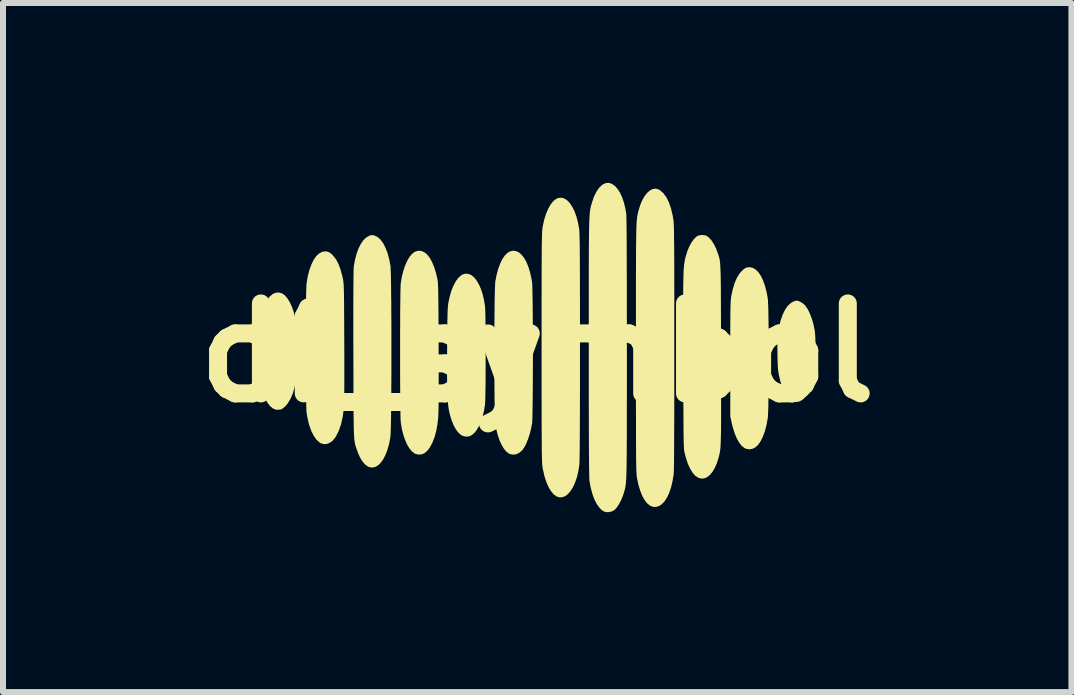
<source format=kicad_pcb>
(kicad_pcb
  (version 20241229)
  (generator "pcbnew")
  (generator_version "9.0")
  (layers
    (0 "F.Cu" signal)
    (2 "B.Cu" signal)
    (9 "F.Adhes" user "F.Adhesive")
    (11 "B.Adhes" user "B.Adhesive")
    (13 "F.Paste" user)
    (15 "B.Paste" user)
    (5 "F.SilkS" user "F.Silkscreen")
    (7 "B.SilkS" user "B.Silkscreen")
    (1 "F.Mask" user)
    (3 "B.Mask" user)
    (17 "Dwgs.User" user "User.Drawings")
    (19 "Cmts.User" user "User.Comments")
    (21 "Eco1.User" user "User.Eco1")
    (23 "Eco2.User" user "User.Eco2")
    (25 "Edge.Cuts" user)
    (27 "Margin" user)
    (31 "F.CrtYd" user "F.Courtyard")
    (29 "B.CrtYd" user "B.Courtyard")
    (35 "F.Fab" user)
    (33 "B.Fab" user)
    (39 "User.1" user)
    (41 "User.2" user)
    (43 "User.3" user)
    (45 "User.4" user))
  (footprint "df_symbol"
    (layer "F.Cu")
    (at 5.907 2.831)
    (property "Reference" "df_symbol" (at 0 0 0) (layer "F.SilkS") (effects (font (size 1.5 1.5) (thickness 0.3))))
    (attr board_only exclude_from_pos_files exclude_from_bom)
    (fp_poly (pts (xy 4.356 -0.863) (xy 4.393 -0.845) (xy 4.431 -0.821) (xy 4.464 -0.792) (xy 4.474 -0.78) (xy 4.512 -0.723) (xy 4.547 -0.65) (xy 4.579 -0.566) (xy 4.606 -0.474) (xy 4.626 -0.377) (xy 4.63 -0.347) (xy 4.634 -0.305) (xy 4.637 -0.248) (xy 4.639 -0.18) (xy 4.64 -0.103) (xy 4.64 -0.021) (xy 4.64 0.06) (xy 4.638 0.139) (xy 4.635 0.211) (xy 4.632 0.272) (xy 4.627 0.319) (xy 4.625 0.332) (xy 4.604 0.44) (xy 4.575 0.537) (xy 4.542 0.622) (xy 4.503 0.693) (xy 4.46 0.75) (xy 4.414 0.791) (xy 4.365 0.815) (xy 4.326 0.821) (xy 4.297 0.816) (xy 4.263 0.805) (xy 4.252 0.8) (xy 4.205 0.767) (xy 4.161 0.716) (xy 4.121 0.65) (xy 4.085 0.571) (xy 4.054 0.479) (xy 4.031 0.378) (xy 4.021 0.32) (xy 4.015 0.273) (xy 4.011 0.211) (xy 4.008 0.137) (xy 4.006 0.057) (xy 4.005 -0.027) (xy 4.005 -0.11) (xy 4.007 -0.188) (xy 4.009 -0.256) (xy 4.013 -0.312) (xy 4.016 -0.338) (xy 4.035 -0.448) (xy 4.062 -0.549) (xy 4.095 -0.64) (xy 4.132 -0.716) (xy 4.174 -0.777) (xy 4.183 -0.787) (xy 4.224 -0.825) (xy 4.268 -0.852) (xy 4.31 -0.867) (xy 4.326 -0.869)) (stroke (width 0) (type solid)) (fill yes) (layer "F.SilkS"))
    (fp_poly (pts (xy -4.263 -0.993) (xy -4.25 -0.987) (xy -4.206 -0.955) (xy -4.164 -0.905) (xy -4.125 -0.841) (xy -4.089 -0.764) (xy -4.059 -0.675) (xy -4.034 -0.579) (xy -4.017 -0.476) (xy -4.015 -0.467) (xy -4.012 -0.428) (xy -4.009 -0.372) (xy -4.007 -0.304) (xy -4.006 -0.226) (xy -4.005 -0.14) (xy -4.005 -0.05) (xy -4.005 0.041) (xy -4.007 0.13) (xy -4.008 0.214) (xy -4.01 0.291) (xy -4.013 0.357) (xy -4.016 0.41) (xy -4.02 0.445) (xy -4.045 0.573) (xy -4.077 0.685) (xy -4.118 0.778) (xy -4.166 0.854) (xy -4.204 0.897) (xy -4.242 0.929) (xy -4.271 0.945) (xy -4.282 0.948) (xy -4.307 0.949) (xy -4.32 0.951) (xy -4.338 0.952) (xy -4.363 0.948) (xy -4.41 0.927) (xy -4.455 0.889) (xy -4.497 0.834) (xy -4.536 0.765) (xy -4.57 0.683) (xy -4.599 0.589) (xy -4.622 0.487) (xy -4.63 0.435) (xy -4.633 0.401) (xy -4.636 0.351) (xy -4.638 0.287) (xy -4.639 0.212) (xy -4.64 0.13) (xy -4.641 0.042) (xy -4.641 -0.049) (xy -4.64 -0.139) (xy -4.639 -0.226) (xy -4.637 -0.307) (xy -4.635 -0.379) (xy -4.632 -0.44) (xy -4.629 -0.486) (xy -4.626 -0.513) (xy -4.603 -0.624) (xy -4.575 -0.723) (xy -4.541 -0.808) (xy -4.502 -0.879) (xy -4.46 -0.936) (xy -4.414 -0.976) (xy -4.365 -0.999) (xy -4.315 -1.005)) (stroke (width 0) (type solid)) (fill yes) (layer "F.SilkS"))
    (fp_poly (pts (xy 3.59 -1.417) (xy 3.64 -1.389) (xy 3.687 -1.343) (xy 3.73 -1.28) (xy 3.767 -1.202) (xy 3.8 -1.108) (xy 3.827 -1) (xy 3.844 -0.904) (xy 3.847 -0.875) (xy 3.849 -0.828) (xy 3.852 -0.766) (xy 3.854 -0.689) (xy 3.855 -0.6) (xy 3.857 -0.5) (xy 3.858 -0.391) (xy 3.859 -0.276) (xy 3.86 -0.155) (xy 3.86 -0.03) (xy 3.86 0.096) (xy 3.86 0.222) (xy 3.86 0.346) (xy 3.859 0.467) (xy 3.858 0.582) (xy 3.857 0.69) (xy 3.855 0.789) (xy 3.854 0.878) (xy 3.852 0.953) (xy 3.849 1.015) (xy 3.847 1.06) (xy 3.845 1.084) (xy 3.824 1.199) (xy 3.797 1.305) (xy 3.763 1.399) (xy 3.723 1.479) (xy 3.683 1.536) (xy 3.637 1.578) (xy 3.587 1.603) (xy 3.534 1.611) (xy 3.481 1.601) (xy 3.453 1.588) (xy 3.408 1.551) (xy 3.366 1.497) (xy 3.326 1.426) (xy 3.291 1.341) (xy 3.261 1.244) (xy 3.244 1.177) (xy 3.219 1.06) (xy 3.219 0.103) (xy 3.219 -0.057) (xy 3.219 -0.198) (xy 3.219 -0.322) (xy 3.219 -0.43) (xy 3.22 -0.524) (xy 3.22 -0.605) (xy 3.221 -0.673) (xy 3.222 -0.731) (xy 3.223 -0.779) (xy 3.224 -0.819) (xy 3.226 -0.852) (xy 3.228 -0.879) (xy 3.23 -0.901) (xy 3.232 -0.921) (xy 3.235 -0.938) (xy 3.236 -0.948) (xy 3.262 -1.064) (xy 3.292 -1.162) (xy 3.327 -1.245) (xy 3.368 -1.313) (xy 3.397 -1.348) (xy 3.436 -1.387) (xy 3.471 -1.412) (xy 3.506 -1.424) (xy 3.536 -1.426)) (stroke (width 0) (type solid)) (fill yes) (layer "F.SilkS"))
    (fp_poly (pts (xy -1.145 -1.314) (xy -1.097 -1.293) (xy -1.051 -1.255) (xy -1.009 -1.202) (xy -0.97 -1.135) (xy -0.935 -1.054) (xy -0.906 -0.962) (xy -0.883 -0.859) (xy -0.87 -0.772) (xy -0.868 -0.745) (xy -0.866 -0.701) (xy -0.864 -0.641) (xy -0.863 -0.567) (xy -0.862 -0.482) (xy -0.861 -0.387) (xy -0.86 -0.284) (xy -0.86 -0.176) (xy -0.86 -0.063) (xy -0.86 0.051) (xy -0.86 0.165) (xy -0.86 0.277) (xy -0.861 0.386) (xy -0.861 0.488) (xy -0.862 0.582) (xy -0.864 0.667) (xy -0.865 0.739) (xy -0.867 0.798) (xy -0.869 0.841) (xy -0.87 0.865) (xy -0.887 0.967) (xy -0.911 1.065) (xy -0.941 1.154) (xy -0.976 1.233) (xy -1.015 1.297) (xy -1.038 1.326) (xy -1.082 1.367) (xy -1.124 1.391) (xy -1.169 1.399) (xy -1.22 1.394) (xy -1.266 1.375) (xy -1.31 1.338) (xy -1.352 1.284) (xy -1.391 1.215) (xy -1.426 1.131) (xy -1.455 1.035) (xy -1.457 1.027) (xy -1.466 0.988) (xy -1.474 0.947) (xy -1.481 0.902) (xy -1.487 0.852) (xy -1.491 0.795) (xy -1.495 0.731) (xy -1.498 0.657) (xy -1.501 0.572) (xy -1.502 0.476) (xy -1.503 0.365) (xy -1.503 0.24) (xy -1.503 0.098) (xy -1.502 -0.061) (xy -1.502 -0.103) (xy -1.501 -0.234) (xy -1.5 -0.348) (xy -1.499 -0.445) (xy -1.498 -0.528) (xy -1.496 -0.597) (xy -1.495 -0.654) (xy -1.493 -0.702) (xy -1.491 -0.741) (xy -1.489 -0.773) (xy -1.486 -0.8) (xy -1.483 -0.823) (xy -1.48 -0.84) (xy -1.456 -0.949) (xy -1.426 -1.047) (xy -1.39 -1.132) (xy -1.35 -1.203) (xy -1.306 -1.258) (xy -1.259 -1.296) (xy -1.245 -1.304) (xy -1.195 -1.318)) (stroke (width 0) (type solid)) (fill yes) (layer "F.SilkS"))
    (fp_poly (pts (xy -3.498 -1.686) (xy -3.463 -1.671) (xy -3.427 -1.644) (xy -3.397 -1.612) (xy -3.352 -1.553) (xy -3.314 -1.48) (xy -3.281 -1.393) (xy -3.252 -1.288) (xy -3.237 -1.221) (xy -3.235 -1.206) (xy -3.232 -1.188) (xy -3.23 -1.167) (xy -3.228 -1.141) (xy -3.226 -1.109) (xy -3.225 -1.07) (xy -3.223 -1.023) (xy -3.222 -0.966) (xy -3.221 -0.898) (xy -3.22 -0.819) (xy -3.22 -0.726) (xy -3.219 -0.618) (xy -3.218 -0.495) (xy -3.218 -0.355) (xy -3.217 -0.197) (xy -3.217 -0.166) (xy -3.216 0.031) (xy -3.216 0.21) (xy -3.216 0.368) (xy -3.216 0.508) (xy -3.217 0.627) (xy -3.218 0.728) (xy -3.219 0.808) (xy -3.221 0.87) (xy -3.223 0.911) (xy -3.223 0.922) (xy -3.242 1.064) (xy -3.27 1.191) (xy -3.308 1.301) (xy -3.356 1.395) (xy -3.367 1.414) (xy -3.41 1.466) (xy -3.458 1.502) (xy -3.508 1.522) (xy -3.559 1.524) (xy -3.608 1.51) (xy -3.63 1.496) (xy -3.682 1.448) (xy -3.728 1.382) (xy -3.769 1.299) (xy -3.803 1.202) (xy -3.83 1.09) (xy -3.844 1.006) (xy -3.847 0.977) (xy -3.849 0.931) (xy -3.851 0.868) (xy -3.853 0.79) (xy -3.855 0.7) (xy -3.856 0.599) (xy -3.857 0.489) (xy -3.858 0.371) (xy -3.859 0.247) (xy -3.86 0.118) (xy -3.86 -0.013) (xy -3.86 -0.144) (xy -3.86 -0.275) (xy -3.859 -0.403) (xy -3.859 -0.527) (xy -3.858 -0.646) (xy -3.857 -0.756) (xy -3.855 -0.857) (xy -3.853 -0.947) (xy -3.852 -1.025) (xy -3.849 -1.088) (xy -3.847 -1.134) (xy -3.844 -1.163) (xy -3.825 -1.278) (xy -3.798 -1.381) (xy -3.765 -1.471) (xy -3.728 -1.548) (xy -3.685 -1.609) (xy -3.638 -1.653) (xy -3.588 -1.681) (xy -3.536 -1.69)) (stroke (width 0) (type solid)) (fill yes) (layer "F.SilkS"))
    (fp_poly (pts (xy -0.361 -1.697) (xy -0.311 -1.676) (xy -0.264 -1.638) (xy -0.221 -1.584) (xy -0.181 -1.514) (xy -0.146 -1.43) (xy -0.117 -1.332) (xy -0.093 -1.221) (xy -0.086 -1.182) (xy -0.084 -1.158) (xy -0.082 -1.116) (xy -0.08 -1.058) (xy -0.079 -0.984) (xy -0.077 -0.898) (xy -0.076 -0.8) (xy -0.075 -0.692) (xy -0.074 -0.575) (xy -0.073 -0.451) (xy -0.073 -0.322) (xy -0.072 -0.189) (xy -0.072 -0.054) (xy -0.072 0.081) (xy -0.072 0.216) (xy -0.073 0.348) (xy -0.073 0.476) (xy -0.074 0.599) (xy -0.075 0.714) (xy -0.076 0.82) (xy -0.077 0.916) (xy -0.079 1) (xy -0.08 1.07) (xy -0.082 1.126) (xy -0.084 1.164) (xy -0.086 1.182) (xy -0.103 1.271) (xy -0.126 1.359) (xy -0.153 1.441) (xy -0.183 1.515) (xy -0.214 1.576) (xy -0.247 1.622) (xy -0.248 1.624) (xy -0.297 1.667) (xy -0.349 1.693) (xy -0.403 1.7) (xy -0.455 1.689) (xy -0.467 1.684) (xy -0.512 1.652) (xy -0.554 1.602) (xy -0.593 1.537) (xy -0.629 1.459) (xy -0.659 1.368) (xy -0.684 1.268) (xy -0.698 1.189) (xy -0.701 1.16) (xy -0.703 1.114) (xy -0.705 1.051) (xy -0.707 0.974) (xy -0.709 0.884) (xy -0.711 0.782) (xy -0.712 0.67) (xy -0.713 0.55) (xy -0.714 0.423) (xy -0.714 0.291) (xy -0.715 0.156) (xy -0.715 0.019) (xy -0.715 -0.118) (xy -0.715 -0.254) (xy -0.714 -0.387) (xy -0.713 -0.515) (xy -0.712 -0.637) (xy -0.711 -0.752) (xy -0.71 -0.856) (xy -0.708 -0.95) (xy -0.706 -1.031) (xy -0.704 -1.098) (xy -0.701 -1.149) (xy -0.699 -1.183) (xy -0.698 -1.189) (xy -0.678 -1.295) (xy -0.652 -1.393) (xy -0.62 -1.48) (xy -0.584 -1.556) (xy -0.543 -1.617) (xy -0.5 -1.661) (xy -0.465 -1.684) (xy -0.412 -1.7)) (stroke (width 0) (type solid)) (fill yes) (layer "F.SilkS"))
    (fp_poly (pts (xy -1.933 -1.697) (xy -1.883 -1.676) (xy -1.836 -1.638) (xy -1.792 -1.582) (xy -1.752 -1.51) (xy -1.716 -1.422) (xy -1.685 -1.32) (xy -1.665 -1.231) (xy -1.662 -1.216) (xy -1.659 -1.199) (xy -1.657 -1.179) (xy -1.655 -1.154) (xy -1.654 -1.123) (xy -1.652 -1.086) (xy -1.651 -1.04) (xy -1.65 -0.986) (xy -1.649 -0.921) (xy -1.648 -0.844) (xy -1.647 -0.755) (xy -1.646 -0.651) (xy -1.646 -0.533) (xy -1.645 -0.399) (xy -1.644 -0.247) (xy -1.644 -0.103) (xy -1.643 0.098) (xy -1.643 0.281) (xy -1.643 0.446) (xy -1.643 0.593) (xy -1.644 0.722) (xy -1.644 0.832) (xy -1.645 0.924) (xy -1.647 0.996) (xy -1.649 1.05) (xy -1.65 1.079) (xy -1.664 1.197) (xy -1.684 1.307) (xy -1.712 1.408) (xy -1.746 1.496) (xy -1.785 1.571) (xy -1.829 1.631) (xy -1.877 1.673) (xy -1.884 1.678) (xy -1.931 1.696) (xy -1.983 1.698) (xy -2.034 1.685) (xy -2.043 1.68) (xy -2.088 1.647) (xy -2.13 1.596) (xy -2.169 1.531) (xy -2.204 1.452) (xy -2.234 1.363) (xy -2.258 1.265) (xy -2.275 1.16) (xy -2.275 1.158) (xy -2.277 1.133) (xy -2.279 1.091) (xy -2.28 1.032) (xy -2.281 0.959) (xy -2.282 0.872) (xy -2.283 0.774) (xy -2.284 0.666) (xy -2.285 0.549) (xy -2.286 0.426) (xy -2.286 0.298) (xy -2.286 0.166) (xy -2.286 0.032) (xy -2.286 -0.103) (xy -2.286 -0.236) (xy -2.286 -0.366) (xy -2.285 -0.492) (xy -2.285 -0.612) (xy -2.284 -0.724) (xy -2.283 -0.827) (xy -2.282 -0.919) (xy -2.281 -0.999) (xy -2.279 -1.065) (xy -2.278 -1.115) (xy -2.276 -1.149) (xy -2.275 -1.158) (xy -2.259 -1.26) (xy -2.235 -1.356) (xy -2.206 -1.445) (xy -2.172 -1.523) (xy -2.134 -1.59) (xy -2.093 -1.642) (xy -2.051 -1.677) (xy -2.038 -1.684) (xy -1.985 -1.7)) (stroke (width 0) (type solid)) (fill yes) (layer "F.SilkS"))
    (fp_poly (pts (xy -2.714 -1.954) (xy -2.661 -1.929) (xy -2.613 -1.885) (xy -2.568 -1.825) (xy -2.529 -1.748) (xy -2.494 -1.658) (xy -2.467 -1.555) (xy -2.447 -1.451) (xy -2.445 -1.425) (xy -2.443 -1.381) (xy -2.441 -1.32) (xy -2.439 -1.244) (xy -2.437 -1.154) (xy -2.436 -1.052) (xy -2.435 -0.939) (xy -2.433 -0.817) (xy -2.433 -0.686) (xy -2.432 -0.549) (xy -2.431 -0.407) (xy -2.431 -0.261) (xy -2.431 -0.113) (xy -2.431 0.037) (xy -2.431 0.185) (xy -2.431 0.332) (xy -2.432 0.475) (xy -2.433 0.613) (xy -2.433 0.745) (xy -2.435 0.869) (xy -2.436 0.984) (xy -2.437 1.088) (xy -2.439 1.181) (xy -2.441 1.259) (xy -2.443 1.323) (xy -2.445 1.371) (xy -2.447 1.4) (xy -2.448 1.404) (xy -2.468 1.514) (xy -2.495 1.612) (xy -2.528 1.699) (xy -2.565 1.773) (xy -2.607 1.832) (xy -2.651 1.876) (xy -2.699 1.904) (xy -2.748 1.915) (xy -2.799 1.908) (xy -2.821 1.898) (xy -2.866 1.867) (xy -2.909 1.819) (xy -2.949 1.756) (xy -2.984 1.681) (xy -3.003 1.63) (xy -3.011 1.607) (xy -3.018 1.586) (xy -3.025 1.567) (xy -3.031 1.548) (xy -3.036 1.529) (xy -3.04 1.508) (xy -3.044 1.484) (xy -3.048 1.457) (xy -3.051 1.425) (xy -3.053 1.388) (xy -3.056 1.343) (xy -3.057 1.291) (xy -3.059 1.231) (xy -3.06 1.16) (xy -3.061 1.078) (xy -3.062 0.985) (xy -3.063 0.879) (xy -3.063 0.758) (xy -3.064 0.623) (xy -3.064 0.472) (xy -3.064 0.304) (xy -3.065 0.117) (xy -3.065 0.029) (xy -3.066 -0.186) (xy -3.066 -0.382) (xy -3.066 -0.56) (xy -3.066 -0.72) (xy -3.066 -0.863) (xy -3.065 -0.988) (xy -3.065 -1.098) (xy -3.064 -1.191) (xy -3.063 -1.269) (xy -3.062 -1.332) (xy -3.061 -1.381) (xy -3.06 -1.416) (xy -3.058 -1.438) (xy -3.058 -1.441) (xy -3.038 -1.549) (xy -3.012 -1.648) (xy -2.98 -1.737) (xy -2.942 -1.812) (xy -2.901 -1.873) (xy -2.856 -1.917) (xy -2.843 -1.926) (xy -2.803 -1.949) (xy -2.772 -1.96) (xy -2.741 -1.961)) (stroke (width 0) (type solid)) (fill yes) (layer "F.SilkS"))
    (fp_poly (pts (xy 0.45 -2.573) (xy 0.497 -2.543) (xy 0.542 -2.497) (xy 0.583 -2.436) (xy 0.621 -2.361) (xy 0.653 -2.273) (xy 0.679 -2.175) (xy 0.699 -2.066) (xy 0.701 -2.052) (xy 0.702 -2.033) (xy 0.704 -2.009) (xy 0.705 -1.978) (xy 0.706 -1.941) (xy 0.707 -1.896) (xy 0.708 -1.843) (xy 0.709 -1.781) (xy 0.71 -1.708) (xy 0.71 -1.624) (xy 0.711 -1.529) (xy 0.711 -1.421) (xy 0.712 -1.3) (xy 0.712 -1.164) (xy 0.712 -1.014) (xy 0.713 -0.848) (xy 0.713 -0.665) (xy 0.713 -0.465) (xy 0.713 -0.247) (xy 0.713 -0.093) (xy 0.713 0.164) (xy 0.713 0.401) (xy 0.713 0.619) (xy 0.712 0.819) (xy 0.712 1) (xy 0.711 1.163) (xy 0.711 1.309) (xy 0.71 1.437) (xy 0.709 1.548) (xy 0.708 1.643) (xy 0.707 1.721) (xy 0.706 1.782) (xy 0.705 1.828) (xy 0.703 1.859) (xy 0.702 1.871) (xy 0.685 1.979) (xy 0.661 2.079) (xy 0.63 2.167) (xy 0.595 2.244) (xy 0.555 2.307) (xy 0.511 2.357) (xy 0.465 2.392) (xy 0.416 2.41) (xy 0.367 2.411) (xy 0.324 2.397) (xy 0.276 2.363) (xy 0.232 2.311) (xy 0.19 2.243) (xy 0.154 2.16) (xy 0.122 2.063) (xy 0.097 1.954) (xy 0.091 1.925) (xy 0.089 1.912) (xy 0.087 1.898) (xy 0.085 1.882) (xy 0.084 1.864) (xy 0.082 1.843) (xy 0.081 1.817) (xy 0.08 1.786) (xy 0.079 1.749) (xy 0.078 1.705) (xy 0.077 1.654) (xy 0.076 1.594) (xy 0.076 1.524) (xy 0.075 1.445) (xy 0.075 1.354) (xy 0.074 1.251) (xy 0.074 1.136) (xy 0.074 1.007) (xy 0.074 0.863) (xy 0.073 0.705) (xy 0.073 0.529) (xy 0.073 0.337) (xy 0.073 0.127) (xy 0.073 -0.088) (xy 0.073 -0.316) (xy 0.073 -0.525) (xy 0.073 -0.716) (xy 0.073 -0.89) (xy 0.074 -1.048) (xy 0.074 -1.191) (xy 0.074 -1.319) (xy 0.074 -1.433) (xy 0.075 -1.535) (xy 0.075 -1.625) (xy 0.076 -1.704) (xy 0.076 -1.773) (xy 0.077 -1.833) (xy 0.078 -1.884) (xy 0.079 -1.927) (xy 0.08 -1.964) (xy 0.081 -1.994) (xy 0.082 -2.02) (xy 0.084 -2.041) (xy 0.086 -2.059) (xy 0.087 -2.074) (xy 0.089 -2.088) (xy 0.091 -2.1) (xy 0.115 -2.211) (xy 0.145 -2.31) (xy 0.181 -2.396) (xy 0.221 -2.468) (xy 0.265 -2.524) (xy 0.312 -2.563) (xy 0.35 -2.58) (xy 0.401 -2.585)) (stroke (width 0) (type solid)) (fill yes) (layer "F.SilkS"))
    (fp_poly (pts (xy 2.8 -1.958) (xy 2.822 -1.95) (xy 2.864 -1.919) (xy 2.907 -1.871) (xy 2.946 -1.81) (xy 2.982 -1.738) (xy 3.007 -1.671) (xy 3.015 -1.649) (xy 3.021 -1.63) (xy 3.027 -1.612) (xy 3.032 -1.594) (xy 3.037 -1.576) (xy 3.041 -1.555) (xy 3.045 -1.533) (xy 3.048 -1.506) (xy 3.051 -1.475) (xy 3.053 -1.438) (xy 3.055 -1.395) (xy 3.057 -1.344) (xy 3.059 -1.285) (xy 3.06 -1.215) (xy 3.061 -1.136) (xy 3.062 -1.044) (xy 3.062 -0.941) (xy 3.063 -0.823) (xy 3.063 -0.691) (xy 3.064 -0.544) (xy 3.064 -0.38) (xy 3.065 -0.198) (xy 3.065 0.002) (xy 3.065 0.015) (xy 3.065 0.219) (xy 3.066 0.405) (xy 3.066 0.574) (xy 3.066 0.726) (xy 3.066 0.862) (xy 3.066 0.984) (xy 3.066 1.092) (xy 3.065 1.187) (xy 3.065 1.271) (xy 3.064 1.344) (xy 3.062 1.407) (xy 3.061 1.462) (xy 3.059 1.509) (xy 3.057 1.549) (xy 3.055 1.583) (xy 3.052 1.613) (xy 3.048 1.639) (xy 3.045 1.662) (xy 3.041 1.683) (xy 3.036 1.703) (xy 3.031 1.723) (xy 3.029 1.733) (xy 2.999 1.832) (xy 2.963 1.916) (xy 2.923 1.986) (xy 2.878 2.039) (xy 2.831 2.076) (xy 2.781 2.096) (xy 2.729 2.097) (xy 2.682 2.083) (xy 2.635 2.051) (xy 2.591 2.001) (xy 2.55 1.934) (xy 2.512 1.852) (xy 2.48 1.755) (xy 2.455 1.66) (xy 2.453 1.649) (xy 2.451 1.636) (xy 2.449 1.619) (xy 2.447 1.599) (xy 2.446 1.573) (xy 2.444 1.541) (xy 2.443 1.502) (xy 2.442 1.455) (xy 2.441 1.4) (xy 2.44 1.334) (xy 2.439 1.257) (xy 2.439 1.169) (xy 2.438 1.068) (xy 2.438 0.953) (xy 2.437 0.824) (xy 2.436 0.679) (xy 2.436 0.517) (xy 2.436 0.338) (xy 2.435 0.14) (xy 2.435 0.127) (xy 2.434 -0.077) (xy 2.434 -0.263) (xy 2.434 -0.431) (xy 2.434 -0.582) (xy 2.433 -0.718) (xy 2.434 -0.839) (xy 2.434 -0.947) (xy 2.434 -1.043) (xy 2.435 -1.126) (xy 2.436 -1.199) (xy 2.438 -1.263) (xy 2.439 -1.318) (xy 2.441 -1.366) (xy 2.444 -1.407) (xy 2.447 -1.442) (xy 2.45 -1.473) (xy 2.454 -1.5) (xy 2.458 -1.525) (xy 2.462 -1.548) (xy 2.467 -1.57) (xy 2.473 -1.593) (xy 2.478 -1.612) (xy 2.504 -1.696) (xy 2.537 -1.774) (xy 2.574 -1.841) (xy 2.614 -1.896) (xy 2.656 -1.936) (xy 2.677 -1.949) (xy 2.714 -1.96) (xy 2.758 -1.963)) (stroke (width 0) (type solid)) (fill yes) (layer "F.SilkS"))
    (fp_poly (pts (xy 2.022 -2.724) (xy 2.045 -2.711) (xy 2.102 -2.662) (xy 2.152 -2.595) (xy 2.194 -2.512) (xy 2.229 -2.411) (xy 2.258 -2.292) (xy 2.271 -2.213) (xy 2.273 -2.199) (xy 2.275 -2.182) (xy 2.276 -2.161) (xy 2.277 -2.135) (xy 2.279 -2.102) (xy 2.28 -2.063) (xy 2.281 -2.017) (xy 2.281 -1.962) (xy 2.282 -1.898) (xy 2.283 -1.825) (xy 2.284 -1.74) (xy 2.284 -1.644) (xy 2.285 -1.536) (xy 2.285 -1.415) (xy 2.285 -1.28) (xy 2.285 -1.131) (xy 2.286 -0.966) (xy 2.286 -0.785) (xy 2.286 -0.586) (xy 2.286 -0.371) (xy 2.286 -0.136) (xy 2.286 -0.088) (xy 2.286 0.188) (xy 2.286 0.445) (xy 2.286 0.683) (xy 2.285 0.901) (xy 2.285 1.1) (xy 2.284 1.28) (xy 2.283 1.441) (xy 2.283 1.582) (xy 2.282 1.703) (xy 2.281 1.806) (xy 2.28 1.889) (xy 2.279 1.952) (xy 2.277 1.996) (xy 2.276 2.02) (xy 2.276 2.022) (xy 2.257 2.139) (xy 2.232 2.244) (xy 2.201 2.336) (xy 2.164 2.414) (xy 2.123 2.478) (xy 2.077 2.526) (xy 2.028 2.558) (xy 1.976 2.572) (xy 1.927 2.569) (xy 1.878 2.548) (xy 1.831 2.509) (xy 1.788 2.453) (xy 1.749 2.381) (xy 1.715 2.294) (xy 1.685 2.192) (xy 1.664 2.091) (xy 1.662 2.078) (xy 1.66 2.065) (xy 1.658 2.05) (xy 1.657 2.032) (xy 1.655 2.012) (xy 1.654 1.987) (xy 1.653 1.957) (xy 1.652 1.921) (xy 1.651 1.879) (xy 1.65 1.829) (xy 1.649 1.771) (xy 1.649 1.704) (xy 1.648 1.628) (xy 1.648 1.54) (xy 1.647 1.442) (xy 1.647 1.331) (xy 1.647 1.206) (xy 1.647 1.068) (xy 1.646 0.916) (xy 1.646 0.747) (xy 1.646 0.563) (xy 1.646 0.361) (xy 1.646 0.141) (xy 1.646 -0.083) (xy 1.646 -0.322) (xy 1.646 -0.543) (xy 1.646 -0.745) (xy 1.646 -0.931) (xy 1.646 -1.1) (xy 1.646 -1.254) (xy 1.647 -1.393) (xy 1.647 -1.519) (xy 1.647 -1.632) (xy 1.648 -1.732) (xy 1.649 -1.821) (xy 1.65 -1.9) (xy 1.651 -1.969) (xy 1.652 -2.03) (xy 1.654 -2.082) (xy 1.655 -2.127) (xy 1.657 -2.166) (xy 1.66 -2.2) (xy 1.662 -2.228) (xy 1.665 -2.253) (xy 1.668 -2.275) (xy 1.672 -2.295) (xy 1.675 -2.313) (xy 1.68 -2.331) (xy 1.684 -2.349) (xy 1.689 -2.368) (xy 1.692 -2.379) (xy 1.72 -2.469) (xy 1.754 -2.548) (xy 1.793 -2.615) (xy 1.836 -2.668) (xy 1.881 -2.707) (xy 1.928 -2.73) (xy 1.976 -2.736)) (stroke (width 0) (type solid)) (fill yes) (layer "F.SilkS"))
    (fp_poly (pts (xy 1.248 -2.814) (xy 1.295 -2.781) (xy 1.338 -2.733) (xy 1.379 -2.671) (xy 1.414 -2.595) (xy 1.445 -2.506) (xy 1.469 -2.407) (xy 1.484 -2.321) (xy 1.486 -2.302) (xy 1.487 -2.267) (xy 1.488 -2.215) (xy 1.489 -2.146) (xy 1.49 -2.06) (xy 1.491 -1.956) (xy 1.492 -1.835) (xy 1.492 -1.695) (xy 1.493 -1.538) (xy 1.493 -1.362) (xy 1.494 -1.168) (xy 1.494 -0.955) (xy 1.494 -0.723) (xy 1.495 -0.473) (xy 1.495 -0.203) (xy 1.495 -0.08) (xy 1.495 0.166) (xy 1.495 0.394) (xy 1.495 0.604) (xy 1.495 0.796) (xy 1.494 0.972) (xy 1.494 1.133) (xy 1.494 1.279) (xy 1.494 1.411) (xy 1.493 1.529) (xy 1.493 1.636) (xy 1.492 1.73) (xy 1.491 1.815) (xy 1.49 1.889) (xy 1.489 1.954) (xy 1.487 2.01) (xy 1.486 2.059) (xy 1.484 2.101) (xy 1.481 2.138) (xy 1.479 2.169) (xy 1.476 2.196) (xy 1.473 2.219) (xy 1.47 2.239) (xy 1.466 2.258) (xy 1.462 2.275) (xy 1.458 2.292) (xy 1.453 2.309) (xy 1.447 2.327) (xy 1.446 2.333) (xy 1.424 2.399) (xy 1.396 2.464) (xy 1.364 2.524) (xy 1.33 2.575) (xy 1.297 2.614) (xy 1.281 2.627) (xy 1.241 2.647) (xy 1.194 2.658) (xy 1.151 2.658) (xy 1.148 2.657) (xy 1.114 2.647) (xy 1.085 2.63) (xy 1.055 2.603) (xy 1.036 2.582) (xy 0.992 2.521) (xy 0.952 2.443) (xy 0.919 2.351) (xy 0.892 2.25) (xy 0.872 2.14) (xy 0.87 2.125) (xy 0.869 2.106) (xy 0.868 2.072) (xy 0.867 2.023) (xy 0.866 1.958) (xy 0.865 1.878) (xy 0.864 1.781) (xy 0.863 1.668) (xy 0.862 1.538) (xy 0.862 1.391) (xy 0.861 1.226) (xy 0.861 1.044) (xy 0.86 0.844) (xy 0.86 0.625) (xy 0.86 0.388) (xy 0.86 0.131) (xy 0.86 -0.092) (xy 0.86 -0.337) (xy 0.86 -0.564) (xy 0.86 -0.773) (xy 0.86 -0.965) (xy 0.86 -1.141) (xy 0.86 -1.301) (xy 0.86 -1.446) (xy 0.861 -1.578) (xy 0.861 -1.696) (xy 0.862 -1.802) (xy 0.863 -1.896) (xy 0.864 -1.98) (xy 0.865 -2.054) (xy 0.866 -2.119) (xy 0.868 -2.176) (xy 0.87 -2.225) (xy 0.872 -2.267) (xy 0.874 -2.304) (xy 0.877 -2.335) (xy 0.88 -2.363) (xy 0.884 -2.386) (xy 0.887 -2.408) (xy 0.892 -2.427) (xy 0.896 -2.445) (xy 0.901 -2.463) (xy 0.907 -2.482) (xy 0.913 -2.502) (xy 0.914 -2.507) (xy 0.945 -2.597) (xy 0.983 -2.676) (xy 1.025 -2.741) (xy 1.071 -2.789) (xy 1.1 -2.81) (xy 1.15 -2.83) (xy 1.2 -2.831)) (stroke (width 0) (type solid)) (fill yes) (layer "F.SilkS")))
  (gr_rect
    (start -3 -3)
    (end 14.814 8.489)
    (stroke (width 0.1) (type default))
    (fill no)
    (layer "Edge.Cuts")))
</source>
